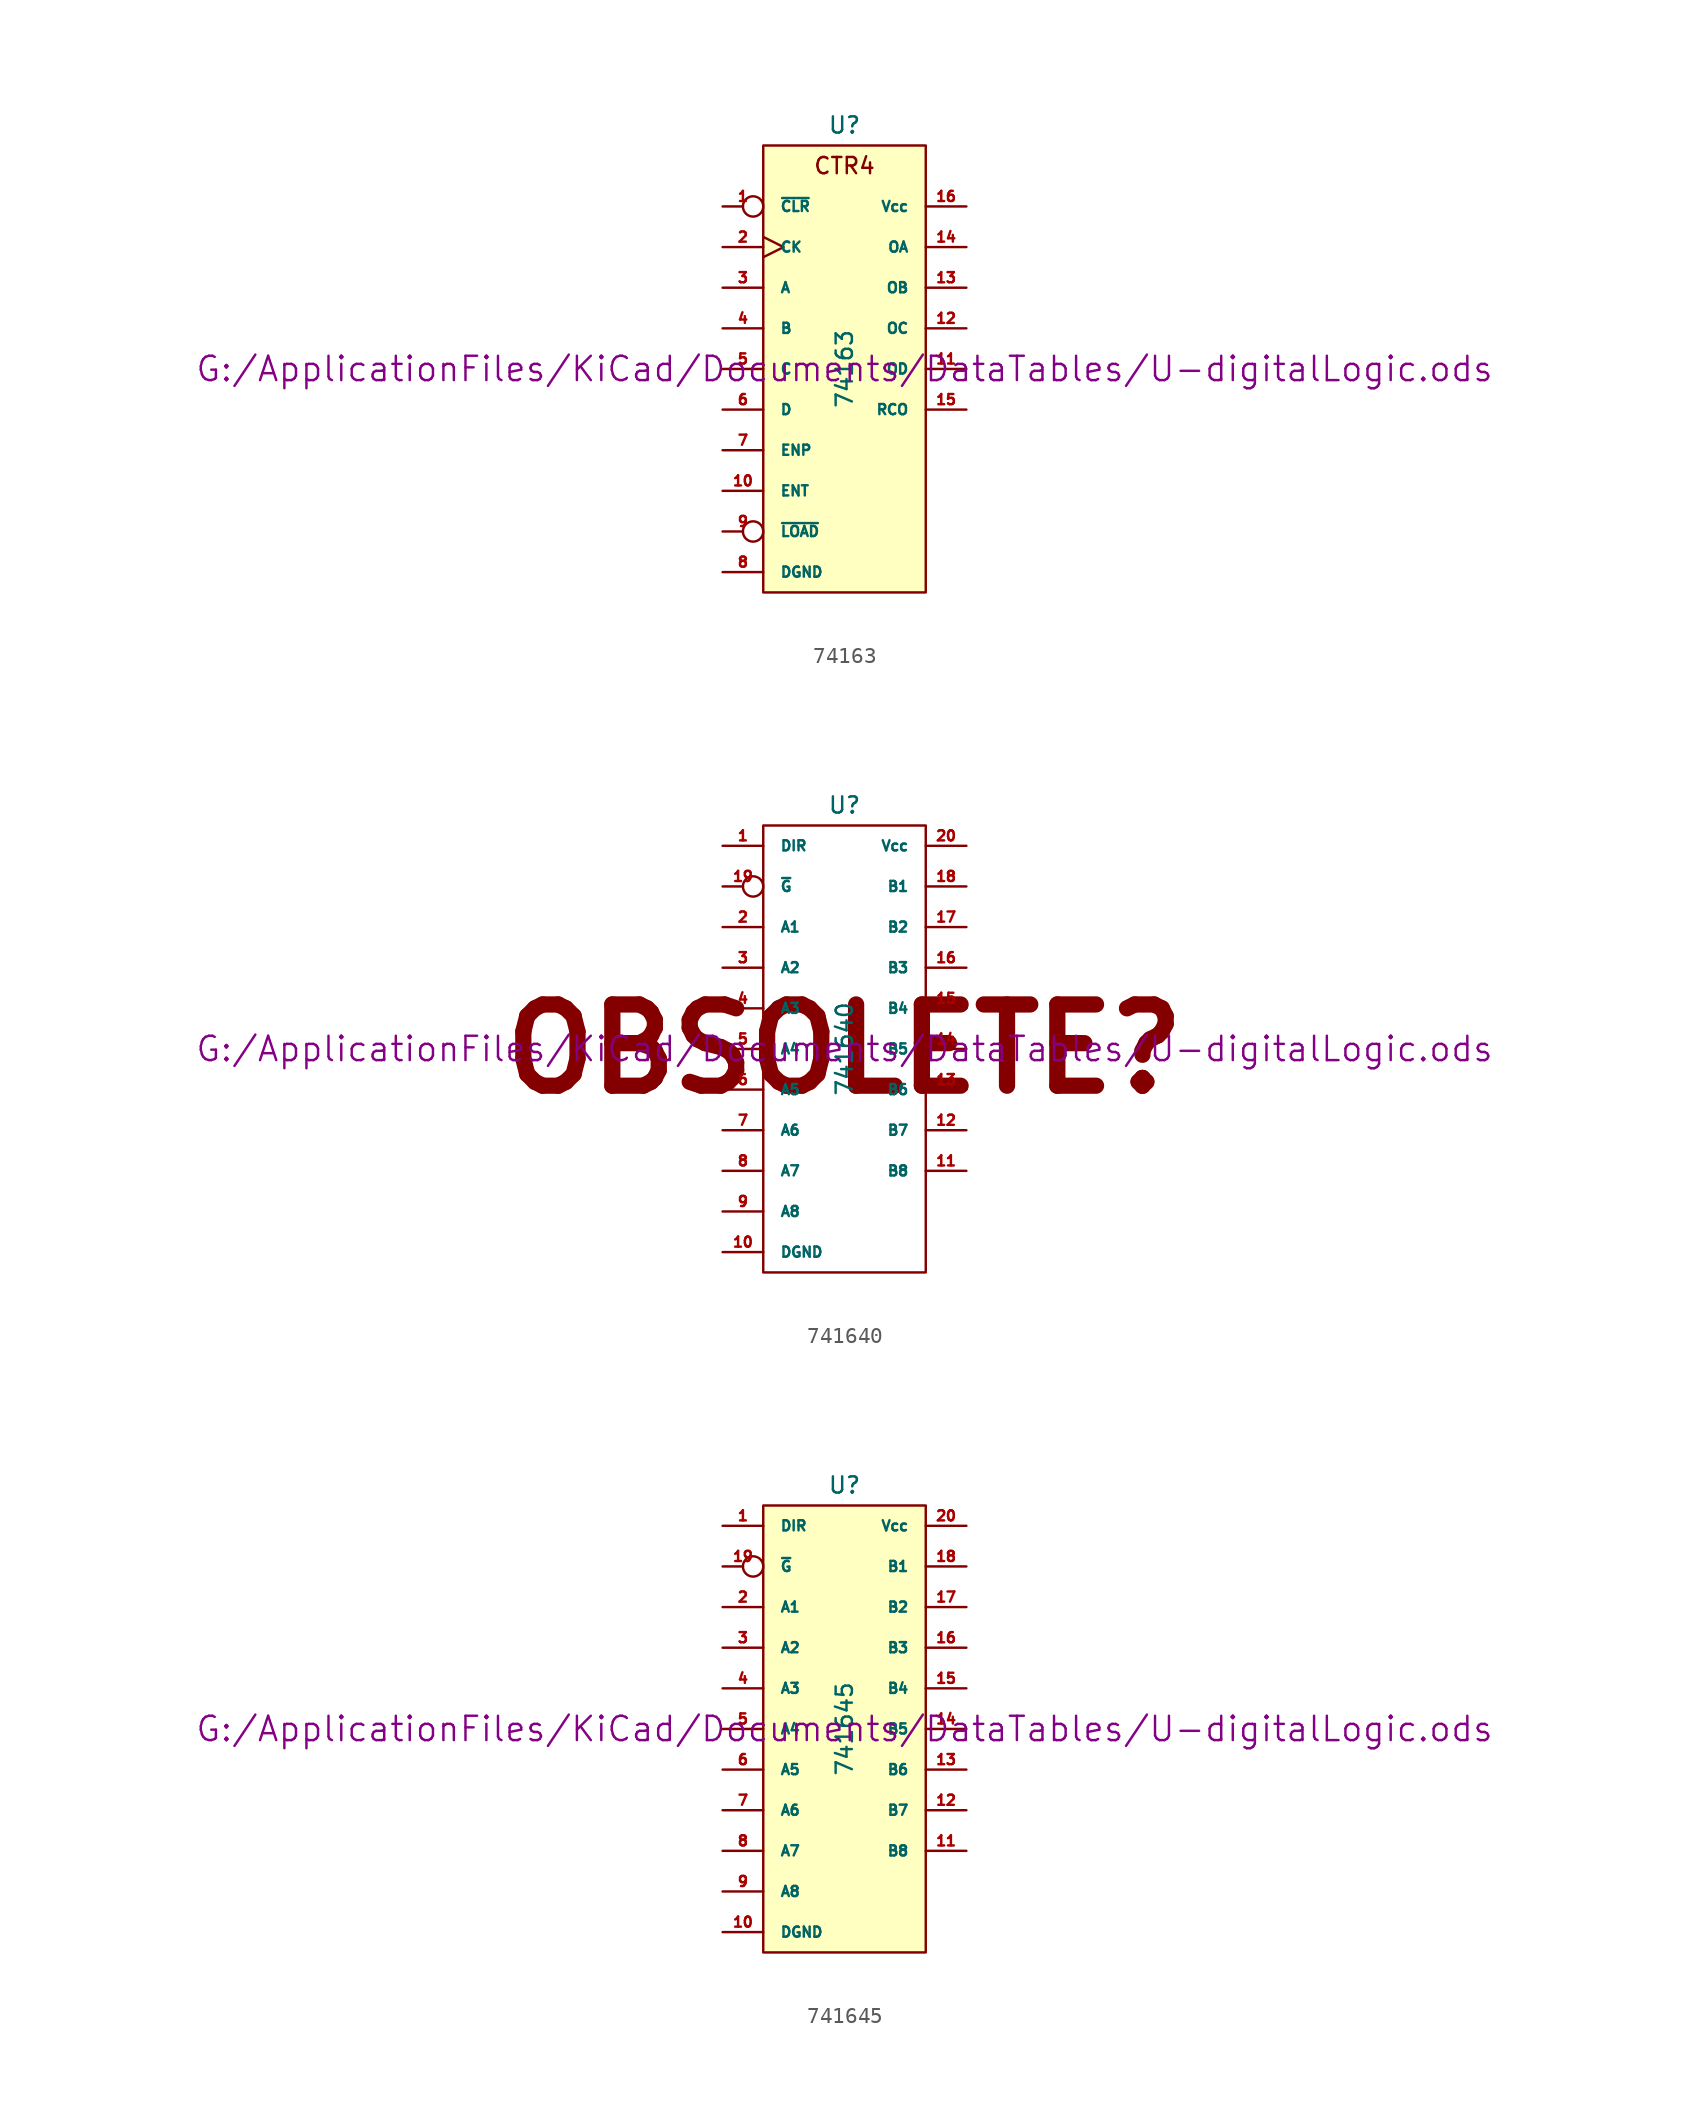
<source format=kicad_sym>
(kicad_symbol_lib
  (version 20211014)
  (generator kicad_symbol_editor)
  (symbol "74163"
    (pin_names
      (offset 1.016))
    (property "Reference" "U"
      (at 0 15.24 0)
      (effects (font (size 1.016 1.016))))
    (property "Value" "74163"
      (at 0 0 90)
      (effects (font (size 1.016 1.016))))
    (property "Footprint" ""
      (at 0 0 0)
      (effects (font (size 1.524 1.524))))
    (property "Datasheet" "G:/ApplicationFiles/KiCad/Documents/DataTables/U-digitalLogic.ods"
      (at 0 0 0)
      (effects (font (size 1.524 1.524))))
    (symbol "74163_0_0"
      (text "CTR4" (at 0 12.7 0) (effects (font (size 1.016 1.016)))))
    (symbol "74163_0_1"
      (rectangle (start -5.08 13.97) (end 5.08 -13.97) (stroke (width 0) (type default) (color 0 0 0 0)) (fill (type background))))
    (symbol "74163_1_1"
      (pin input inverted (at -7.62 10.16 0) (length 2.54) (name "~{CLR}" (effects (font (size 0.635 0.635)))) (number "1" (effects (font (size 0.635 0.635)))))
      (pin input line (at -7.62 -7.62 0) (length 2.54) (name "ENT" (effects (font (size 0.635 0.635)))) (number "10" (effects (font (size 0.635 0.635)))))
      (pin output line (at 7.62 0 180) (length 2.54) (name "OD" (effects (font (size 0.635 0.635)))) (number "11" (effects (font (size 0.635 0.635)))))
      (pin output line (at 7.62 2.54 180) (length 2.54) (name "OC" (effects (font (size 0.635 0.635)))) (number "12" (effects (font (size 0.635 0.635)))))
      (pin output line (at 7.62 5.08 180) (length 2.54) (name "OB" (effects (font (size 0.635 0.635)))) (number "13" (effects (font (size 0.635 0.635)))))
      (pin output line (at 7.62 7.62 180) (length 2.54) (name "OA" (effects (font (size 0.635 0.635)))) (number "14" (effects (font (size 0.635 0.635)))))
      (pin output line (at 7.62 -2.54 180) (length 2.54) (name "RCO" (effects (font (size 0.635 0.635)))) (number "15" (effects (font (size 0.635 0.635)))))
      (pin power_in line (at 7.62 10.16 180) (length 2.54) (name "Vcc" (effects (font (size 0.635 0.635)))) (number "16" (effects (font (size 0.635 0.635)))))
      (pin input clock (at -7.62 7.62 0) (length 2.54) (name "CK" (effects (font (size 0.635 0.635)))) (number "2" (effects (font (size 0.635 0.635)))))
      (pin input line (at -7.62 5.08 0) (length 2.54) (name "A" (effects (font (size 0.635 0.635)))) (number "3" (effects (font (size 0.635 0.635)))))
      (pin input line (at -7.62 2.54 0) (length 2.54) (name "B" (effects (font (size 0.635 0.635)))) (number "4" (effects (font (size 0.635 0.635)))))
      (pin input line (at -7.62 0 0) (length 2.54) (name "C" (effects (font (size 0.635 0.635)))) (number "5" (effects (font (size 0.635 0.635)))))
      (pin input line (at -7.62 -2.54 0) (length 2.54) (name "D" (effects (font (size 0.635 0.635)))) (number "6" (effects (font (size 0.635 0.635)))))
      (pin input line (at -7.62 -5.08 0) (length 2.54) (name "ENP" (effects (font (size 0.635 0.635)))) (number "7" (effects (font (size 0.635 0.635)))))
      (pin power_in line (at -7.62 -12.7 0) (length 2.54) (name "DGND" (effects (font (size 0.635 0.635)))) (number "8" (effects (font (size 0.635 0.635)))))
      (pin input inverted (at -7.62 -10.16 0) (length 2.54) (name "~{LOAD}" (effects (font (size 0.635 0.635)))) (number "9" (effects (font (size 0.635 0.635)))))))
  (symbol "741640"
    (pin_names
      (offset 1.016))
    (property "Reference" "U"
      (at 0 15.24 0)
      (effects (font (size 1.016 1.016))))
    (property "Value" "741640"
      (at 0 0 90)
      (effects (font (size 1.016 1.016))))
    (property "Footprint" ""
      (at 0 0 0)
      (effects (font (size 1.524 1.524))))
    (property "Datasheet" "G:/ApplicationFiles/KiCad/Documents/DataTables/U-digitalLogic.ods"
      (at 0 0 0)
      (effects (font (size 1.524 1.524))))
    (symbol "741640_0_0"
      (text "OBSOLETE?" (at 0 0 0) (effects (font (size 5.08 5.08) bold))))
    (symbol "741640_0_1"
      (rectangle (start -5.08 13.97) (end 5.08 -13.97) (stroke (width 0) (type default) (color 0 0 0 0)) (fill (type none))))
    (symbol "741640_1_1"
      (pin input line (at -7.62 12.7 0) (length 2.54) (name "DIR" (effects (font (size 0.635 0.635)))) (number "1" (effects (font (size 0.635 0.635)))))
      (pin power_in line (at -7.62 -12.7 0) (length 2.54) (name "DGND" (effects (font (size 0.635 0.635)))) (number "10" (effects (font (size 0.635 0.635)))))
      (pin tri_state line (at 7.62 -7.62 180) (length 2.54) (name "B8" (effects (font (size 0.635 0.635)))) (number "11" (effects (font (size 0.635 0.635)))))
      (pin tri_state line (at 7.62 -5.08 180) (length 2.54) (name "B7" (effects (font (size 0.635 0.635)))) (number "12" (effects (font (size 0.635 0.635)))))
      (pin tri_state line (at 7.62 -2.54 180) (length 2.54) (name "B6" (effects (font (size 0.635 0.635)))) (number "13" (effects (font (size 0.635 0.635)))))
      (pin tri_state line (at 7.62 0 180) (length 2.54) (name "B5" (effects (font (size 0.635 0.635)))) (number "14" (effects (font (size 0.635 0.635)))))
      (pin tri_state line (at 7.62 2.54 180) (length 2.54) (name "B4" (effects (font (size 0.635 0.635)))) (number "15" (effects (font (size 0.635 0.635)))))
      (pin tri_state line (at 7.62 5.08 180) (length 2.54) (name "B3" (effects (font (size 0.635 0.635)))) (number "16" (effects (font (size 0.635 0.635)))))
      (pin tri_state line (at 7.62 7.62 180) (length 2.54) (name "B2" (effects (font (size 0.635 0.635)))) (number "17" (effects (font (size 0.635 0.635)))))
      (pin tri_state line (at 7.62 10.16 180) (length 2.54) (name "B1" (effects (font (size 0.635 0.635)))) (number "18" (effects (font (size 0.635 0.635)))))
      (pin input inverted (at -7.62 10.16 0) (length 2.54) (name "~{G}" (effects (font (size 0.635 0.635)))) (number "19" (effects (font (size 0.635 0.635)))))
      (pin tri_state line (at -7.62 7.62 0) (length 2.54) (name "A1" (effects (font (size 0.635 0.635)))) (number "2" (effects (font (size 0.635 0.635)))))
      (pin power_in line (at 7.62 12.7 180) (length 2.54) (name "Vcc" (effects (font (size 0.635 0.635)))) (number "20" (effects (font (size 0.635 0.635)))))
      (pin tri_state line (at -7.62 5.08 0) (length 2.54) (name "A2" (effects (font (size 0.635 0.635)))) (number "3" (effects (font (size 0.635 0.635)))))
      (pin tri_state line (at -7.62 2.54 0) (length 2.54) (name "A3" (effects (font (size 0.635 0.635)))) (number "4" (effects (font (size 0.635 0.635)))))
      (pin tri_state line (at -7.62 0 0) (length 2.54) (name "A4" (effects (font (size 0.635 0.635)))) (number "5" (effects (font (size 0.635 0.635)))))
      (pin tri_state line (at -7.62 -2.54 0) (length 2.54) (name "A5" (effects (font (size 0.635 0.635)))) (number "6" (effects (font (size 0.635 0.635)))))
      (pin tri_state line (at -7.62 -5.08 0) (length 2.54) (name "A6" (effects (font (size 0.635 0.635)))) (number "7" (effects (font (size 0.635 0.635)))))
      (pin tri_state line (at -7.62 -7.62 0) (length 2.54) (name "A7" (effects (font (size 0.635 0.635)))) (number "8" (effects (font (size 0.635 0.635)))))
      (pin tri_state line (at -7.62 -10.16 0) (length 2.54) (name "A8" (effects (font (size 0.635 0.635)))) (number "9" (effects (font (size 0.635 0.635)))))))
  (symbol "741645"
    (pin_names
      (offset 1.016))
    (property "Reference" "U"
      (at 0 15.24 0)
      (effects (font (size 1.016 1.016))))
    (property "Value" "741645"
      (at 0 0 90)
      (effects (font (size 1.016 1.016))))
    (property "Footprint" ""
      (at 0 0 0)
      (effects (font (size 1.524 1.524))))
    (property "Datasheet" "G:/ApplicationFiles/KiCad/Documents/DataTables/U-digitalLogic.ods"
      (at 0 0 0)
      (effects (font (size 1.524 1.524))))
    (symbol "741645_0_1"
      (rectangle (start -5.08 13.97) (end 5.08 -13.97) (stroke (width 0) (type default) (color 0 0 0 0)) (fill (type background))))
    (symbol "741645_1_1"
      (pin input line (at -7.62 12.7 0) (length 2.54) (name "DIR" (effects (font (size 0.635 0.635)))) (number "1" (effects (font (size 0.635 0.635)))))
      (pin power_in line (at -7.62 -12.7 0) (length 2.54) (name "DGND" (effects (font (size 0.635 0.635)))) (number "10" (effects (font (size 0.635 0.635)))))
      (pin tri_state line (at 7.62 -7.62 180) (length 2.54) (name "B8" (effects (font (size 0.635 0.635)))) (number "11" (effects (font (size 0.635 0.635)))))
      (pin tri_state line (at 7.62 -5.08 180) (length 2.54) (name "B7" (effects (font (size 0.635 0.635)))) (number "12" (effects (font (size 0.635 0.635)))))
      (pin tri_state line (at 7.62 -2.54 180) (length 2.54) (name "B6" (effects (font (size 0.635 0.635)))) (number "13" (effects (font (size 0.635 0.635)))))
      (pin tri_state line (at 7.62 0 180) (length 2.54) (name "B5" (effects (font (size 0.635 0.635)))) (number "14" (effects (font (size 0.635 0.635)))))
      (pin tri_state line (at 7.62 2.54 180) (length 2.54) (name "B4" (effects (font (size 0.635 0.635)))) (number "15" (effects (font (size 0.635 0.635)))))
      (pin tri_state line (at 7.62 5.08 180) (length 2.54) (name "B3" (effects (font (size 0.635 0.635)))) (number "16" (effects (font (size 0.635 0.635)))))
      (pin tri_state line (at 7.62 7.62 180) (length 2.54) (name "B2" (effects (font (size 0.635 0.635)))) (number "17" (effects (font (size 0.635 0.635)))))
      (pin tri_state line (at 7.62 10.16 180) (length 2.54) (name "B1" (effects (font (size 0.635 0.635)))) (number "18" (effects (font (size 0.635 0.635)))))
      (pin input inverted (at -7.62 10.16 0) (length 2.54) (name "~{G}" (effects (font (size 0.635 0.635)))) (number "19" (effects (font (size 0.635 0.635)))))
      (pin tri_state line (at -7.62 7.62 0) (length 2.54) (name "A1" (effects (font (size 0.635 0.635)))) (number "2" (effects (font (size 0.635 0.635)))))
      (pin power_in line (at 7.62 12.7 180) (length 2.54) (name "Vcc" (effects (font (size 0.635 0.635)))) (number "20" (effects (font (size 0.635 0.635)))))
      (pin tri_state line (at -7.62 5.08 0) (length 2.54) (name "A2" (effects (font (size 0.635 0.635)))) (number "3" (effects (font (size 0.635 0.635)))))
      (pin tri_state line (at -7.62 2.54 0) (length 2.54) (name "A3" (effects (font (size 0.635 0.635)))) (number "4" (effects (font (size 0.635 0.635)))))
      (pin tri_state line (at -7.62 0 0) (length 2.54) (name "A4" (effects (font (size 0.635 0.635)))) (number "5" (effects (font (size 0.635 0.635)))))
      (pin tri_state line (at -7.62 -2.54 0) (length 2.54) (name "A5" (effects (font (size 0.635 0.635)))) (number "6" (effects (font (size 0.635 0.635)))))
      (pin tri_state line (at -7.62 -5.08 0) (length 2.54) (name "A6" (effects (font (size 0.635 0.635)))) (number "7" (effects (font (size 0.635 0.635)))))
      (pin tri_state line (at -7.62 -7.62 0) (length 2.54) (name "A7" (effects (font (size 0.635 0.635)))) (number "8" (effects (font (size 0.635 0.635)))))
      (pin tri_state line (at -7.62 -10.16 0) (length 2.54) (name "A8" (effects (font (size 0.635 0.635)))) (number "9" (effects (font (size 0.635 0.635))))))))
</source>
